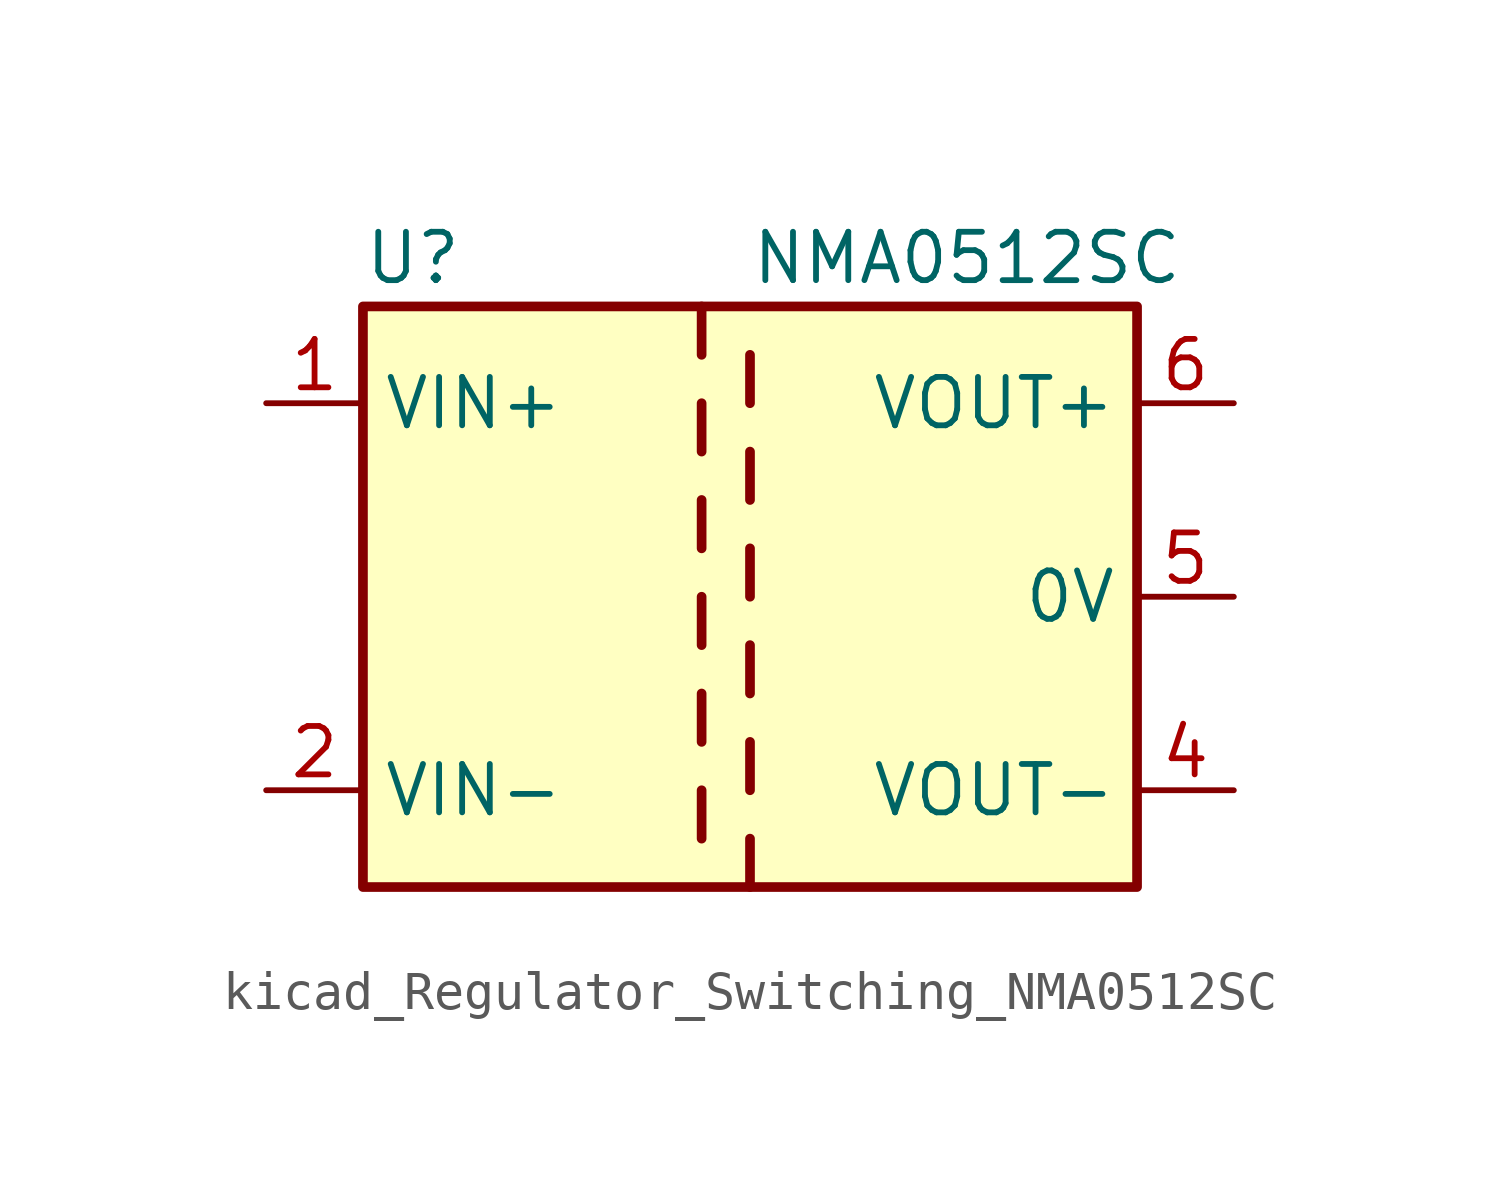
<source format=kicad_sym>
(kicad_symbol_lib
  (version 20220914)
  (generator kicad_symbol_editor)
  (symbol "kicad_Regulator_Switching_NMA0512SC"
    (property "Reference" "U"
      (at -10.16 8.89 0)
      (effects (font (size 1.27 1.27)) (justify left)))
    (property "Value" "NMA0512SC"
      (at 0 8.89 0)
      (effects (font (size 1.27 1.27)) (justify left)))
    (symbol "kicad_Regulator_Switching_NMA0512SC_0_1"
      (rectangle (start -10.16 7.62) (end 10.16 -7.62) (stroke (width 0.254) (type default)) (fill (type background)))
      (polyline (pts (xy -1.27 -5.08) (xy -1.27 -6.35)) (stroke (width 0.254) (type default)) (fill (type none)))
      (polyline (pts (xy -1.27 -2.54) (xy -1.27 -3.81)) (stroke (width 0.254) (type default)) (fill (type none)))
      (polyline (pts (xy -1.27 0) (xy -1.27 -1.27)) (stroke (width 0.254) (type default)) (fill (type none)))
      (polyline (pts (xy -1.27 2.54) (xy -1.27 1.27)) (stroke (width 0.254) (type default)) (fill (type none)))
      (polyline (pts (xy -1.27 5.08) (xy -1.27 3.81)) (stroke (width 0.254) (type default)) (fill (type none)))
      (polyline (pts (xy -1.27 7.62) (xy -1.27 6.35)) (stroke (width 0.254) (type default)) (fill (type none)))
      (polyline (pts (xy 0 -7.62) (xy 0 -6.35)) (stroke (width 0.254) (type default)) (fill (type none)))
      (polyline (pts (xy 0 -5.08) (xy 0 -3.81)) (stroke (width 0.254) (type default)) (fill (type none)))
      (polyline (pts (xy 0 -1.27) (xy 0 -2.54)) (stroke (width 0.254) (type default)) (fill (type none)))
      (polyline (pts (xy 0 0) (xy 0 1.27)) (stroke (width 0.254) (type default)) (fill (type none)))
      (polyline (pts (xy 0 2.54) (xy 0 3.81)) (stroke (width 0.254) (type default)) (fill (type none)))
      (polyline (pts (xy 0 5.08) (xy 0 6.35)) (stroke (width 0.254) (type default)) (fill (type none))))
    (symbol "kicad_Regulator_Switching_NMA0512SC_1_1"
      (pin power_in line (at -12.7 5.08 0) (length 2.54) (name "VIN+" (effects (font (size 1.27 1.27)))) (number "1" (effects (font (size 1.27 1.27)))))
      (pin power_in line (at -12.7 -5.08 0) (length 2.54) (name "VIN-" (effects (font (size 1.27 1.27)))) (number "2" (effects (font (size 1.27 1.27)))))
      (pin power_out line (at 12.7 -5.08 180) (length 2.54) (name "VOUT-" (effects (font (size 1.27 1.27)))) (number "4" (effects (font (size 1.27 1.27)))))
      (pin power_out line (at 12.7 0 180) (length 2.54) (name "0V" (effects (font (size 1.27 1.27)))) (number "5" (effects (font (size 1.27 1.27)))))
      (pin power_out line (at 12.7 5.08 180) (length 2.54) (name "VOUT+" (effects (font (size 1.27 1.27)))) (number "6" (effects (font (size 1.27 1.27))))))))
</source>
